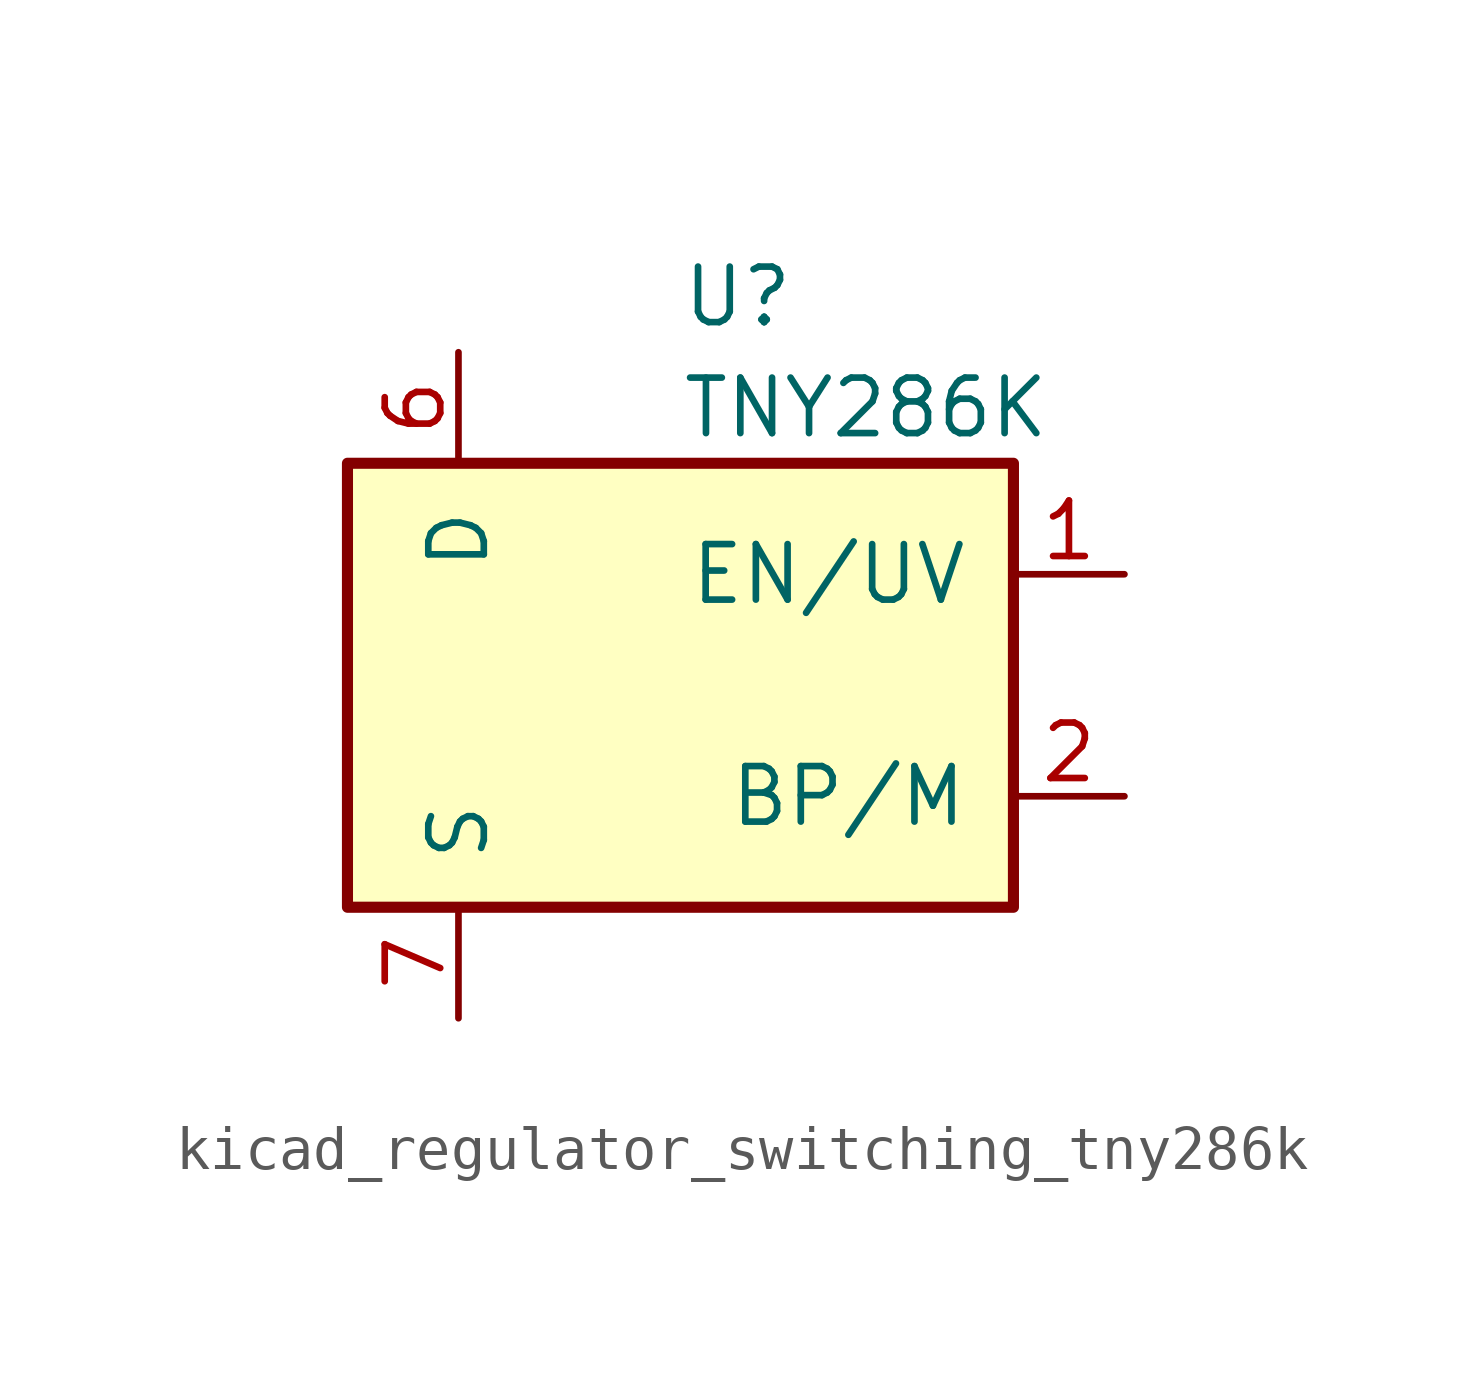
<source format=kicad_sym>
(kicad_symbol_lib
  (version 20220914)
  (generator kicad_symbol_editor)
  (symbol "kicad_regulator_switching_tny286k"
    (pin_names
      (offset 1.016))
    (property "Reference" "U"
      (at 0 8.89 0)
      (effects (font (size 1.27 1.27)) (justify left)))
    (property "Value" "TNY286K"
      (at 0 6.35 0)
      (effects (font (size 1.27 1.27)) (justify left)))
    (symbol "kicad_regulator_switching_tny286k_0_1"
      (rectangle (start -7.62 5.08) (end 7.62 -5.08) (stroke (width 0.254) (type default)) (fill (type background))))
    (symbol "kicad_regulator_switching_tny286k_1_1"
      (pin input line (at 10.16 2.54 180) (length 2.54) (name "EN/UV" (effects (font (size 1.27 1.27)))) (number "1" (effects (font (size 1.27 1.27)))))
      (pin passive line (at -5.08 -7.62 90) (length 2.54) hide (name "S" (effects (font (size 1.27 1.27)))) (number "10" (effects (font (size 1.27 1.27)))))
      (pin passive line (at -5.08 -7.62 90) (length 2.54) hide (name "S" (effects (font (size 1.27 1.27)))) (number "11" (effects (font (size 1.27 1.27)))))
      (pin passive line (at -5.08 -7.62 90) (length 2.54) hide (name "S" (effects (font (size 1.27 1.27)))) (number "12" (effects (font (size 1.27 1.27)))))
      (pin passive line (at -5.08 -7.62 90) (length 2.54) hide (name "S" (effects (font (size 1.27 1.27)))) (number "13" (effects (font (size 1.27 1.27)))))
      (pin input line (at 10.16 -2.54 180) (length 2.54) (name "BP/M" (effects (font (size 1.27 1.27)))) (number "2" (effects (font (size 1.27 1.27)))))
      (pin no_connect line (at -2.54 5.08 270) (length 2.54) hide (name "NC" (effects (font (size 1.27 1.27)))) (number "3" (effects (font (size 1.27 1.27)))))
      (pin no_connect line (at 0 5.08 270) (length 2.54) hide (name "NC" (effects (font (size 1.27 1.27)))) (number "4" (effects (font (size 1.27 1.27)))))
      (pin open_collector line (at -5.08 7.62 270) (length 2.54) (name "D" (effects (font (size 1.27 1.27)))) (number "6" (effects (font (size 1.27 1.27)))))
      (pin power_in line (at -5.08 -7.62 90) (length 2.54) (name "S" (effects (font (size 1.27 1.27)))) (number "7" (effects (font (size 1.27 1.27)))))
      (pin passive line (at -5.08 -7.62 90) (length 2.54) hide (name "S" (effects (font (size 1.27 1.27)))) (number "8" (effects (font (size 1.27 1.27)))))
      (pin passive line (at -5.08 -7.62 90) (length 2.54) hide (name "S" (effects (font (size 1.27 1.27)))) (number "9" (effects (font (size 1.27 1.27))))))))
</source>
